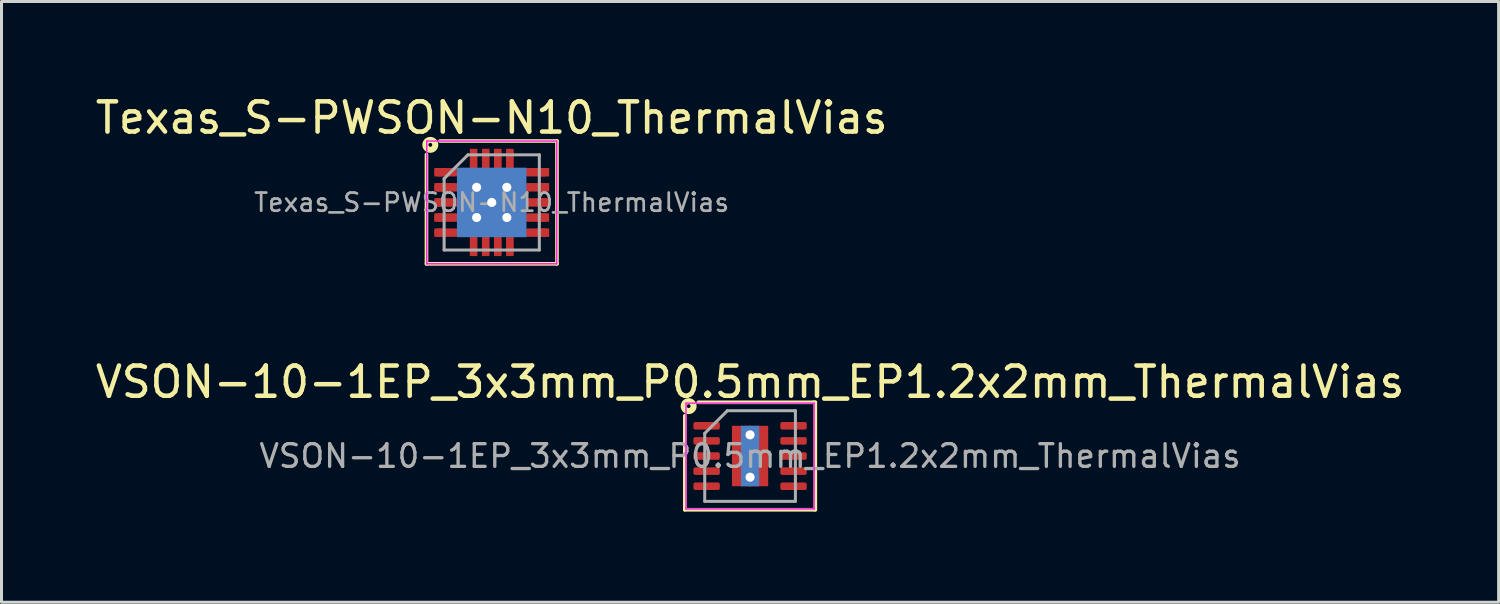
<source format=kicad_pcb>
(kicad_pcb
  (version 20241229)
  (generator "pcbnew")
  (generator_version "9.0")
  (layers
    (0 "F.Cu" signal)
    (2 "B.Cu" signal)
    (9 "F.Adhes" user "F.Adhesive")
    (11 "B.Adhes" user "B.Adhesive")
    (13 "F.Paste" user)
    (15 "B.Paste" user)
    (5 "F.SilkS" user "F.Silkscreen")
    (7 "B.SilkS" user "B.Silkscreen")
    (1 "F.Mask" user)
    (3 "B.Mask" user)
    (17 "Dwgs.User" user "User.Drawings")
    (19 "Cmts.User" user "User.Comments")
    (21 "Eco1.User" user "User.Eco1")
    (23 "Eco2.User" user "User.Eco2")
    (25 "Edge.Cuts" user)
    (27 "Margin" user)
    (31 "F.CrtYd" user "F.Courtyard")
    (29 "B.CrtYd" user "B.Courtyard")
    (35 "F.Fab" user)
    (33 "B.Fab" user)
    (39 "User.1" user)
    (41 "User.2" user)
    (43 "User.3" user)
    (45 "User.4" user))
  (footprint "VSON-10-1EP_3x3mm_P0.5mm_EP1.2x2mm_ThermalVias"
    (layer "F.Cu")
    (at 21.768 12.039)
    (property "Reference" "VSON-10-1EP_3x3mm_P0.5mm_EP1.2x2mm_ThermalVias" (at 0 -2.45 0) (layer "F.SilkS") (effects (font (size 1 1) (thickness 0.15))))
    (attr smd)
    (fp_line (start -2.159 1.778) (end -2.159 -1.333) (stroke (width 0.12) (type solid)) (layer "F.SilkS"))
    (fp_line (start -1.714 -1.778) (end 2.095 -1.778) (stroke (width 0.12) (type solid)) (layer "F.SilkS"))
    (fp_line (start 2.095 -1.778) (end 2.159 -1.778) (stroke (width 0.12) (type solid)) (layer "F.SilkS"))
    (fp_line (start 2.159 -1.778) (end 2.159 1.778) (stroke (width 0.12) (type solid)) (layer "F.SilkS"))
    (fp_line (start 2.159 1.778) (end -2.159 1.778) (stroke (width 0.12) (type solid)) (layer "F.SilkS"))
    (fp_circle (center -2.032 -1.651) (end -1.968 -1.651) (stroke (width 0.2) (type solid)) (fill no) (layer "F.SilkS"))
    (fp_line (start -2.12 -1.75) (end -2.12 1.75) (stroke (width 0.05) (type solid)) (layer "F.CrtYd"))
    (fp_line (start -2.12 1.75) (end 2.12 1.75) (stroke (width 0.05) (type solid)) (layer "F.CrtYd"))
    (fp_line (start 2.12 -1.75) (end -2.12 -1.75) (stroke (width 0.05) (type solid)) (layer "F.CrtYd"))
    (fp_line (start 2.12 1.75) (end 2.12 -1.75) (stroke (width 0.05) (type solid)) (layer "F.CrtYd"))
    (fp_line (start -1.5 -0.75) (end -0.75 -1.5) (stroke (width 0.1) (type solid)) (layer "F.Fab"))
    (fp_line (start -1.5 1.5) (end -1.5 -0.75) (stroke (width 0.1) (type solid)) (layer "F.Fab"))
    (fp_line (start -0.75 -1.5) (end 1.5 -1.5) (stroke (width 0.1) (type solid)) (layer "F.Fab"))
    (fp_line (start 1.5 -1.5) (end 1.5 1.5) (stroke (width 0.1) (type solid)) (layer "F.Fab"))
    (fp_line (start 1.5 1.5) (end -1.5 1.5) (stroke (width 0.1) (type solid)) (layer "F.Fab"))
    (fp_text user "${REFERENCE}" (at 0 0 0) (layer "F.Fab") (effects (font (size 0.75 0.75) (thickness 0.11))))
    (pad "" smd roundrect (at -0.3 -0.5) (size 0.52 0.87) (layers "F.Paste") (roundrect_rratio 0.25))
    (pad "" smd roundrect (at -0.3 0.5) (size 0.52 0.87) (layers "F.Paste") (roundrect_rratio 0.25))
    (pad "" smd roundrect (at 0.3 -0.5) (size 0.52 0.87) (layers "F.Paste") (roundrect_rratio 0.25))
    (pad "" smd roundrect (at 0.3 0.5) (size 0.52 0.87) (layers "F.Paste") (roundrect_rratio 0.25))
    (pad "1" smd roundrect (at -1.438 -1) (size 0.875 0.25) (layers "F.Cu" "F.Mask" "F.Paste") (roundrect_rratio 0.25))
    (pad "2" smd roundrect (at -1.438 -0.5) (size 0.875 0.25) (layers "F.Cu" "F.Mask" "F.Paste") (roundrect_rratio 0.25))
    (pad "3" smd roundrect (at -1.438 0) (size 0.875 0.25) (layers "F.Cu" "F.Mask" "F.Paste") (roundrect_rratio 0.25))
    (pad "4" smd roundrect (at -1.438 0.5) (size 0.875 0.25) (layers "F.Cu" "F.Mask" "F.Paste") (roundrect_rratio 0.25))
    (pad "5" smd roundrect (at -1.438 1) (size 0.875 0.25) (layers "F.Cu" "F.Mask" "F.Paste") (roundrect_rratio 0.25))
    (pad "6" smd roundrect (at 1.438 1) (size 0.875 0.25) (layers "F.Cu" "F.Mask" "F.Paste") (roundrect_rratio 0.25))
    (pad "7" smd roundrect (at 1.438 0.5) (size 0.875 0.25) (layers "F.Cu" "F.Mask" "F.Paste") (roundrect_rratio 0.25))
    (pad "8" smd roundrect (at 1.438 0) (size 0.875 0.25) (layers "F.Cu" "F.Mask" "F.Paste") (roundrect_rratio 0.25))
    (pad "9" smd roundrect (at 1.438 -0.5) (size 0.875 0.25) (layers "F.Cu" "F.Mask" "F.Paste") (roundrect_rratio 0.25))
    (pad "10" smd roundrect (at 1.438 -1) (size 0.875 0.25) (layers "F.Cu" "F.Mask" "F.Paste") (roundrect_rratio 0.25))
    (pad "11" thru_hole circle (at 0 -0.7) (size 0.6 0.6) (drill 0.3) (layers "*.Cu"))
    (pad "11" smd rect (at 0 0) (size 0.6 2) (layers "B.Cu" "B.Mask"))
    (pad "11" smd rect (at 0 0) (size 1.2 2) (layers "F.Cu" "F.Mask"))
    (pad "11" thru_hole circle (at 0 0.7) (size 0.6 0.6) (drill 0.3) (layers "*.Cu")))
  (footprint "Texas_S-PWSON-N10_ThermalVias"
    (layer "F.Cu")
    (at 13.22 3.648)
    (property "Reference" "Texas_S-PWSON-N10_ThermalVias" (at 0 -2.8 0) (layer "F.SilkS") (effects (font (size 1 1) (thickness 0.15))))
    (attr smd)
    (fp_line (start -2.159 2.032) (end -2.159 -1.587) (stroke (width 0.12) (type solid)) (layer "F.SilkS"))
    (fp_line (start -1.714 -2.032) (end 2.159 -2.032) (stroke (width 0.12) (type solid)) (layer "F.SilkS"))
    (fp_line (start 2.159 -2.032) (end 2.159 2.032) (stroke (width 0.12) (type solid)) (layer "F.SilkS"))
    (fp_line (start 2.159 2.032) (end -2.159 2.032) (stroke (width 0.12) (type solid)) (layer "F.SilkS"))
    (fp_circle (center -2.032 -1.905) (end -1.968 -1.905) (stroke (width 0.2) (type solid)) (fill no) (layer "F.SilkS"))
    (fp_line (start -2.15 -2.03) (end -2.15 2.03) (stroke (width 0.05) (type solid)) (layer "F.CrtYd"))
    (fp_line (start -2.15 -2.03) (end 2.15 -2.03) (stroke (width 0.05) (type solid)) (layer "F.CrtYd"))
    (fp_line (start -2.15 2.03) (end 2.15 2.03) (stroke (width 0.05) (type solid)) (layer "F.CrtYd"))
    (fp_line (start 2.15 -2.03) (end 2.15 2.03) (stroke (width 0.05) (type solid)) (layer "F.CrtYd"))
    (fp_line (start -1.575 1.575) (end -1.575 -0.787) (stroke (width 0.1) (type solid)) (layer "F.Fab"))
    (fp_line (start -0.787 -1.575) (end -1.575 -0.787) (stroke (width 0.1) (type solid)) (layer "F.Fab"))
    (fp_line (start -0.787 -1.575) (end 1.575 -1.575) (stroke (width 0.1) (type solid)) (layer "F.Fab"))
    (fp_line (start 1.575 -1.575) (end 1.575 1.575) (stroke (width 0.1) (type solid)) (layer "F.Fab"))
    (fp_line (start 1.575 1.575) (end -1.575 1.575) (stroke (width 0.1) (type solid)) (layer "F.Fab"))
    (fp_text user "${REFERENCE}" (at 0 0 0) (layer "F.Fab") (effects (font (size 0.6 0.6) (thickness 0.09))))
    (pad "1" smd rect (at -1.76 -1) (size 0.28 0.28) (layers "F.Cu" "F.Mask" "F.Paste"))
    (pad "1" smd oval (at -1.475 -1) (size 0.85 0.28) (layers "F.Cu" "F.Mask" "F.Paste"))
    (pad "2" smd rect (at -1.76 -0.5) (size 0.28 0.28) (layers "F.Cu" "F.Mask" "F.Paste"))
    (pad "2" smd oval (at -1.475 -0.5) (size 0.85 0.28) (layers "F.Cu" "F.Mask" "F.Paste"))
    (pad "3" smd rect (at -1.76 0) (size 0.28 0.28) (layers "F.Cu" "F.Mask" "F.Paste"))
    (pad "3" smd oval (at -1.475 0) (size 0.85 0.28) (layers "F.Cu" "F.Mask" "F.Paste"))
    (pad "4" smd rect (at -1.76 0.5) (size 0.28 0.28) (layers "F.Cu" "F.Mask" "F.Paste"))
    (pad "4" smd oval (at -1.475 0.5) (size 0.85 0.28) (layers "F.Cu" "F.Mask" "F.Paste"))
    (pad "5" smd rect (at -1.76 1) (size 0.28 0.28) (layers "F.Cu" "F.Mask" "F.Paste"))
    (pad "5" smd oval (at -1.475 1) (size 0.85 0.28) (layers "F.Cu" "F.Mask" "F.Paste"))
    (pad "6" smd oval (at 1.475 1) (size 0.85 0.28) (layers "F.Cu" "F.Mask" "F.Paste"))
    (pad "6" smd rect (at 1.76 1) (size 0.28 0.28) (layers "F.Cu" "F.Mask" "F.Paste"))
    (pad "7" smd oval (at 1.475 0.5) (size 0.85 0.28) (layers "F.Cu" "F.Mask" "F.Paste"))
    (pad "7" smd rect (at 1.76 0.5) (size 0.28 0.28) (layers "F.Cu" "F.Mask" "F.Paste"))
    (pad "8" smd oval (at 1.475 0) (size 0.85 0.28) (layers "F.Cu" "F.Mask" "F.Paste"))
    (pad "8" smd rect (at 1.76 0) (size 0.28 0.28) (layers "F.Cu" "F.Mask" "F.Paste"))
    (pad "9" smd oval (at 1.475 -0.5) (size 0.85 0.28) (layers "F.Cu" "F.Mask" "F.Paste"))
    (pad "9" smd rect (at 1.76 -0.5) (size 0.28 0.28) (layers "F.Cu" "F.Mask" "F.Paste"))
    (pad "10" smd oval (at 1.475 -1) (size 0.85 0.28) (layers "F.Cu" "F.Mask" "F.Paste"))
    (pad "10" smd rect (at 1.76 -1) (size 0.28 0.28) (layers "F.Cu" "F.Mask" "F.Paste"))
    (pad "11" smd rect (at -0.6 -1.425) (size 0.23 0.6) (layers "F.Cu" "F.Mask" "F.Paste"))
    (pad "11" smd rect (at -0.6 -1.425) (size 0.25 0.7) (layers "F.Cu" "F.Mask" "F.Paste"))
    (pad "11" smd rect (at -0.6 1.425) (size 0.23 0.6) (layers "F.Cu" "F.Mask" "F.Paste"))
    (pad "11" smd rect (at -0.6 1.425) (size 0.25 0.7) (layers "F.Cu" "F.Mask" "F.Paste"))
    (pad "11" thru_hole circle (at -0.5 -0.5) (size 0.6 0.6) (drill 0.3) (layers "*.Cu" "*.Mask"))
    (pad "11" thru_hole circle (at -0.5 0.5) (size 0.6 0.6) (drill 0.3) (layers "*.Cu" "*.Mask"))
    (pad "11" smd rect (at -0.435 -0.56) (size 0.65 0.9) (layers "F.Cu" "F.Mask" "F.Paste"))
    (pad "11" smd rect (at -0.435 0.56) (size 0.65 0.9) (layers "F.Cu" "F.Mask" "F.Paste"))
    (pad "11" smd rect (at -0.2 -1.425) (size 0.23 0.6) (layers "F.Cu" "F.Mask" "F.Paste"))
    (pad "11" smd rect (at -0.2 -1.425) (size 0.25 0.7) (layers "F.Cu" "F.Mask" "F.Paste"))
    (pad "11" smd rect (at -0.2 1.425) (size 0.23 0.6) (layers "F.Cu" "F.Mask" "F.Paste"))
    (pad "11" smd rect (at -0.2 1.425) (size 0.25 0.7) (layers "F.Cu" "F.Mask" "F.Paste"))
    (pad "11" smd rect (at -0.001 0) (size 2.3 2.3) (layers "B.Cu" "B.Mask"))
    (pad "11" thru_hole circle (at 0 0) (size 0.6 0.6) (drill 0.3) (layers "*.Cu" "*.Mask"))
    (pad "11" smd rect (at 0 0) (size 1.7 2.15) (layers "F.Cu" "F.Mask"))
    (pad "11" smd rect (at 0.2 -1.425) (size 0.23 0.6) (layers "F.Cu" "F.Mask" "F.Paste"))
    (pad "11" smd rect (at 0.2 -1.425) (size 0.25 0.7) (layers "F.Cu" "F.Mask" "F.Paste"))
    (pad "11" smd rect (at 0.2 1.425) (size 0.23 0.6) (layers "F.Cu" "F.Mask" "F.Paste"))
    (pad "11" smd rect (at 0.2 1.425) (size 0.25 0.7) (layers "F.Cu" "F.Mask" "F.Paste"))
    (pad "11" smd rect (at 0.435 -0.56) (size 0.65 0.9) (layers "F.Cu" "F.Mask" "F.Paste"))
    (pad "11" smd rect (at 0.435 0.56) (size 0.65 0.9) (layers "F.Cu" "F.Mask" "F.Paste"))
    (pad "11" thru_hole circle (at 0.5 -0.5) (size 0.6 0.6) (drill 0.3) (layers "*.Cu" "*.Mask"))
    (pad "11" thru_hole circle (at 0.5 0.5) (size 0.6 0.6) (drill 0.3) (layers "*.Cu" "*.Mask"))
    (pad "11" smd rect (at 0.6 -1.425) (size 0.23 0.6) (layers "F.Cu" "F.Mask" "F.Paste"))
    (pad "11" smd rect (at 0.6 -1.425) (size 0.25 0.7) (layers "F.Cu" "F.Mask" "F.Paste"))
    (pad "11" smd rect (at 0.6 1.425) (size 0.23 0.6) (layers "F.Cu" "F.Mask" "F.Paste"))
    (pad "11" smd rect (at 0.6 1.425) (size 0.25 0.7) (layers "F.Cu" "F.Mask" "F.Paste")))
  (gr_rect
    (start -3 -3)
    (end 46.536 16.877)
    (stroke (width 0.1) (type default))
    (fill no)
    (layer "Edge.Cuts")))
</source>
